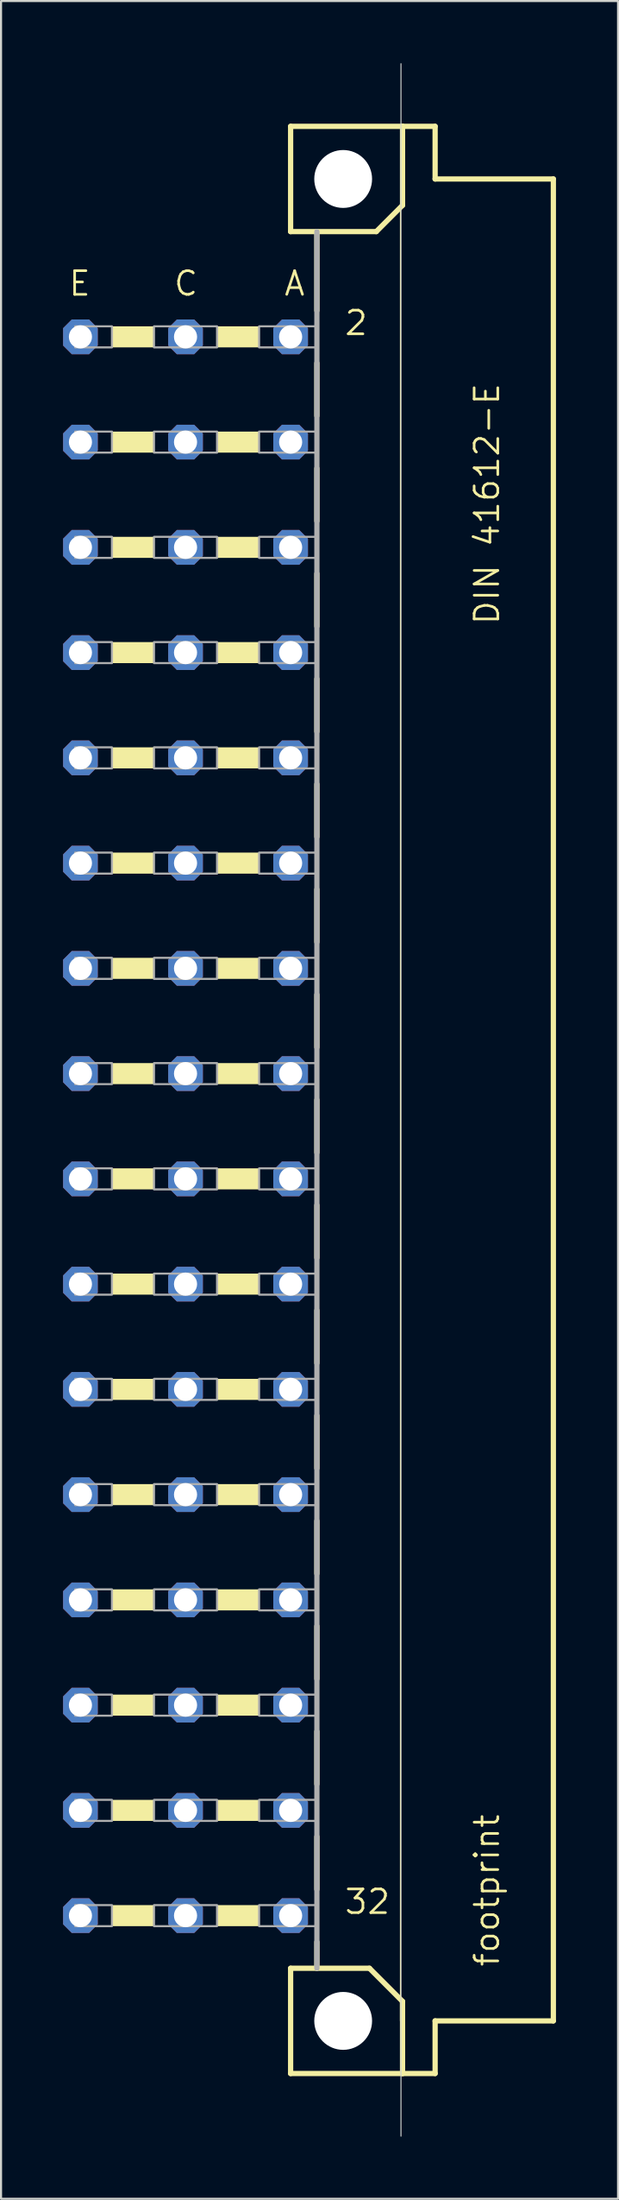
<source format=kicad_pcb>
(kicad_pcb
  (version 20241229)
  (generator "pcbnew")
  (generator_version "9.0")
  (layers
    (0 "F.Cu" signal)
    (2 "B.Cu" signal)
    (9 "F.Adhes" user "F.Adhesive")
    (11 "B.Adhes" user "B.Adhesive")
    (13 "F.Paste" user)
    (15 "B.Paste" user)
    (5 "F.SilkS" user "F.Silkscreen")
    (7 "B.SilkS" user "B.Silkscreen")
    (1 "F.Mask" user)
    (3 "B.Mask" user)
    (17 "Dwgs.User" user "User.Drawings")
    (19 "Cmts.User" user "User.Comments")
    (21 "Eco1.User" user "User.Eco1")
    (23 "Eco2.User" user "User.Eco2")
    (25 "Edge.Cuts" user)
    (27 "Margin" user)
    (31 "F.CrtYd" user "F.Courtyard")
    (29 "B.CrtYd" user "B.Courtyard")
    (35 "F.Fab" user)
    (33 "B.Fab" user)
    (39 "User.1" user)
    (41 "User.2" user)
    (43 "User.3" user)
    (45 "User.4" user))
  (footprint "footprint"
    (layer "F.Cu")
    (at 13.538 50.038)
    (property "Reference" "footprint" (at 7.62 41.91 90) (layer "F.SilkS") (effects (font (size 1.143 1.143) (thickness 0.127)) (justify left bottom)))
    (fp_line (start -2.54 -46.99) (end -2.54 -41.91) (stroke (width 0.254) (type solid)) (layer "F.SilkS"))
    (fp_line (start -2.54 -41.91) (end -1.27 -41.91) (stroke (width 0.254) (type solid)) (layer "F.SilkS"))
    (fp_line (start -2.54 41.91) (end -2.54 46.99) (stroke (width 0.254) (type solid)) (layer "F.SilkS"))
    (fp_line (start -2.54 41.91) (end -1.27 41.91) (stroke (width 0.254) (type solid)) (layer "F.SilkS"))
    (fp_line (start -2.54 46.99) (end 2.87 46.99) (stroke (width 0.254) (type solid)) (layer "F.SilkS"))
    (fp_line (start -1.27 -41.91) (end -1.27 -38.1) (stroke (width 0.254) (type solid)) (layer "F.SilkS"))
    (fp_line (start -1.27 -41.91) (end 1.6 -41.91) (stroke (width 0.254) (type solid)) (layer "F.SilkS"))
    (fp_line (start -1.27 -35.56) (end -1.27 -33.02) (stroke (width 0.254) (type solid)) (layer "F.SilkS"))
    (fp_line (start -1.27 -30.48) (end -1.27 -27.94) (stroke (width 0.254) (type solid)) (layer "F.SilkS"))
    (fp_line (start -1.27 -25.4) (end -1.27 -22.86) (stroke (width 0.254) (type solid)) (layer "F.SilkS"))
    (fp_line (start -1.27 -20.32) (end -1.27 -17.78) (stroke (width 0.254) (type solid)) (layer "F.SilkS"))
    (fp_line (start -1.27 -15.24) (end -1.27 -12.7) (stroke (width 0.254) (type solid)) (layer "F.SilkS"))
    (fp_line (start -1.27 -10.16) (end -1.27 -7.62) (stroke (width 0.254) (type solid)) (layer "F.SilkS"))
    (fp_line (start -1.27 -5.08) (end -1.27 -2.54) (stroke (width 0.254) (type solid)) (layer "F.SilkS"))
    (fp_line (start -1.27 0) (end -1.27 2.54) (stroke (width 0.254) (type solid)) (layer "F.SilkS"))
    (fp_line (start -1.27 5.08) (end -1.27 7.62) (stroke (width 0.254) (type solid)) (layer "F.SilkS"))
    (fp_line (start -1.27 10.16) (end -1.27 12.7) (stroke (width 0.254) (type solid)) (layer "F.SilkS"))
    (fp_line (start -1.27 15.24) (end -1.27 17.78) (stroke (width 0.254) (type solid)) (layer "F.SilkS"))
    (fp_line (start -1.27 20.32) (end -1.27 22.86) (stroke (width 0.254) (type solid)) (layer "F.SilkS"))
    (fp_line (start -1.27 25.4) (end -1.27 27.94) (stroke (width 0.254) (type solid)) (layer "F.SilkS"))
    (fp_line (start -1.27 30.48) (end -1.27 33.02) (stroke (width 0.254) (type solid)) (layer "F.SilkS"))
    (fp_line (start -1.27 35.56) (end -1.27 38.1) (stroke (width 0.254) (type solid)) (layer "F.SilkS"))
    (fp_line (start -1.27 40.64) (end -1.27 41.91) (stroke (width 0.254) (type solid)) (layer "F.SilkS"))
    (fp_line (start -1.27 41.91) (end 1.27 41.91) (stroke (width 0.254) (type solid)) (layer "F.SilkS"))
    (fp_line (start 1.6 -41.91) (end 2.87 -43.18) (stroke (width 0.254) (type solid)) (layer "F.SilkS"))
    (fp_line (start 2.769 -43.18) (end 2.769 44.45) (stroke (width 0.051) (type solid)) (layer "F.SilkS"))
    (fp_line (start 2.87 -46.99) (end -2.54 -46.99) (stroke (width 0.254) (type solid)) (layer "F.SilkS"))
    (fp_line (start 2.87 -43.18) (end 2.87 -46.99) (stroke (width 0.254) (type solid)) (layer "F.SilkS"))
    (fp_line (start 2.87 43.51) (end 1.27 41.91) (stroke (width 0.254) (type solid)) (layer "F.SilkS"))
    (fp_line (start 2.87 43.51) (end 2.87 46.99) (stroke (width 0.254) (type solid)) (layer "F.SilkS"))
    (fp_line (start 2.87 46.99) (end 4.445 46.99) (stroke (width 0.254) (type solid)) (layer "F.SilkS"))
    (fp_line (start 4.445 -46.99) (end 2.87 -46.99) (stroke (width 0.254) (type solid)) (layer "F.SilkS"))
    (fp_line (start 4.445 -44.45) (end 4.445 -46.99) (stroke (width 0.254) (type solid)) (layer "F.SilkS"))
    (fp_line (start 4.445 44.45) (end 10.16 44.45) (stroke (width 0.254) (type solid)) (layer "F.SilkS"))
    (fp_line (start 4.445 46.99) (end 4.445 44.45) (stroke (width 0.254) (type solid)) (layer "F.SilkS"))
    (fp_line (start 10.16 -44.45) (end 4.445 -44.45) (stroke (width 0.254) (type solid)) (layer "F.SilkS"))
    (fp_line (start 10.16 44.45) (end 10.16 -44.45) (stroke (width 0.254) (type solid)) (layer "F.SilkS"))
    (fp_poly (pts (xy -11.176 -36.322) (xy -9.144 -36.322) (xy -9.144 -37.338) (xy -11.176 -37.338)) (stroke (width 0) (type solid)) (fill yes) (layer "F.SilkS"))
    (fp_poly (pts (xy -11.176 -31.242) (xy -9.144 -31.242) (xy -9.144 -32.258) (xy -11.176 -32.258)) (stroke (width 0) (type solid)) (fill yes) (layer "F.SilkS"))
    (fp_poly (pts (xy -11.176 -26.162) (xy -9.144 -26.162) (xy -9.144 -27.178) (xy -11.176 -27.178)) (stroke (width 0) (type solid)) (fill yes) (layer "F.SilkS"))
    (fp_poly (pts (xy -11.176 -21.082) (xy -9.144 -21.082) (xy -9.144 -22.098) (xy -11.176 -22.098)) (stroke (width 0) (type solid)) (fill yes) (layer "F.SilkS"))
    (fp_poly (pts (xy -11.176 -16.002) (xy -9.144 -16.002) (xy -9.144 -17.018) (xy -11.176 -17.018)) (stroke (width 0) (type solid)) (fill yes) (layer "F.SilkS"))
    (fp_poly (pts (xy -11.176 -10.922) (xy -9.144 -10.922) (xy -9.144 -11.938) (xy -11.176 -11.938)) (stroke (width 0) (type solid)) (fill yes) (layer "F.SilkS"))
    (fp_poly (pts (xy -11.176 -5.842) (xy -9.144 -5.842) (xy -9.144 -6.858) (xy -11.176 -6.858)) (stroke (width 0) (type solid)) (fill yes) (layer "F.SilkS"))
    (fp_poly (pts (xy -11.176 -0.762) (xy -9.144 -0.762) (xy -9.144 -1.778) (xy -11.176 -1.778)) (stroke (width 0) (type solid)) (fill yes) (layer "F.SilkS"))
    (fp_poly (pts (xy -11.176 4.318) (xy -9.144 4.318) (xy -9.144 3.302) (xy -11.176 3.302)) (stroke (width 0) (type solid)) (fill yes) (layer "F.SilkS"))
    (fp_poly (pts (xy -11.176 9.398) (xy -9.144 9.398) (xy -9.144 8.382) (xy -11.176 8.382)) (stroke (width 0) (type solid)) (fill yes) (layer "F.SilkS"))
    (fp_poly (pts (xy -11.176 14.478) (xy -9.144 14.478) (xy -9.144 13.462) (xy -11.176 13.462)) (stroke (width 0) (type solid)) (fill yes) (layer "F.SilkS"))
    (fp_poly (pts (xy -11.176 19.558) (xy -9.144 19.558) (xy -9.144 18.542) (xy -11.176 18.542)) (stroke (width 0) (type solid)) (fill yes) (layer "F.SilkS"))
    (fp_poly (pts (xy -11.176 24.638) (xy -9.144 24.638) (xy -9.144 23.622) (xy -11.176 23.622)) (stroke (width 0) (type solid)) (fill yes) (layer "F.SilkS"))
    (fp_poly (pts (xy -11.176 29.718) (xy -9.144 29.718) (xy -9.144 28.702) (xy -11.176 28.702)) (stroke (width 0) (type solid)) (fill yes) (layer "F.SilkS"))
    (fp_poly (pts (xy -11.176 34.798) (xy -9.144 34.798) (xy -9.144 33.782) (xy -11.176 33.782)) (stroke (width 0) (type solid)) (fill yes) (layer "F.SilkS"))
    (fp_poly (pts (xy -11.176 39.878) (xy -9.144 39.878) (xy -9.144 38.862) (xy -11.176 38.862)) (stroke (width 0) (type solid)) (fill yes) (layer "F.SilkS"))
    (fp_poly (pts (xy -6.096 -36.322) (xy -4.064 -36.322) (xy -4.064 -37.338) (xy -6.096 -37.338)) (stroke (width 0) (type solid)) (fill yes) (layer "F.SilkS"))
    (fp_poly (pts (xy -6.096 -31.242) (xy -4.064 -31.242) (xy -4.064 -32.258) (xy -6.096 -32.258)) (stroke (width 0) (type solid)) (fill yes) (layer "F.SilkS"))
    (fp_poly (pts (xy -6.096 -26.162) (xy -4.064 -26.162) (xy -4.064 -27.178) (xy -6.096 -27.178)) (stroke (width 0) (type solid)) (fill yes) (layer "F.SilkS"))
    (fp_poly (pts (xy -6.096 -21.082) (xy -4.064 -21.082) (xy -4.064 -22.098) (xy -6.096 -22.098)) (stroke (width 0) (type solid)) (fill yes) (layer "F.SilkS"))
    (fp_poly (pts (xy -6.096 -16.002) (xy -4.064 -16.002) (xy -4.064 -17.018) (xy -6.096 -17.018)) (stroke (width 0) (type solid)) (fill yes) (layer "F.SilkS"))
    (fp_poly (pts (xy -6.096 -10.922) (xy -4.064 -10.922) (xy -4.064 -11.938) (xy -6.096 -11.938)) (stroke (width 0) (type solid)) (fill yes) (layer "F.SilkS"))
    (fp_poly (pts (xy -6.096 -5.842) (xy -4.064 -5.842) (xy -4.064 -6.858) (xy -6.096 -6.858)) (stroke (width 0) (type solid)) (fill yes) (layer "F.SilkS"))
    (fp_poly (pts (xy -6.096 -0.762) (xy -4.064 -0.762) (xy -4.064 -1.778) (xy -6.096 -1.778)) (stroke (width 0) (type solid)) (fill yes) (layer "F.SilkS"))
    (fp_poly (pts (xy -6.096 4.318) (xy -4.064 4.318) (xy -4.064 3.302) (xy -6.096 3.302)) (stroke (width 0) (type solid)) (fill yes) (layer "F.SilkS"))
    (fp_poly (pts (xy -6.096 9.398) (xy -4.064 9.398) (xy -4.064 8.382) (xy -6.096 8.382)) (stroke (width 0) (type solid)) (fill yes) (layer "F.SilkS"))
    (fp_poly (pts (xy -6.096 14.478) (xy -4.064 14.478) (xy -4.064 13.462) (xy -6.096 13.462)) (stroke (width 0) (type solid)) (fill yes) (layer "F.SilkS"))
    (fp_poly (pts (xy -6.096 19.558) (xy -4.064 19.558) (xy -4.064 18.542) (xy -6.096 18.542)) (stroke (width 0) (type solid)) (fill yes) (layer "F.SilkS"))
    (fp_poly (pts (xy -6.096 24.638) (xy -4.064 24.638) (xy -4.064 23.622) (xy -6.096 23.622)) (stroke (width 0) (type solid)) (fill yes) (layer "F.SilkS"))
    (fp_poly (pts (xy -6.096 29.718) (xy -4.064 29.718) (xy -4.064 28.702) (xy -6.096 28.702)) (stroke (width 0) (type solid)) (fill yes) (layer "F.SilkS"))
    (fp_poly (pts (xy -6.096 34.798) (xy -4.064 34.798) (xy -4.064 33.782) (xy -6.096 33.782)) (stroke (width 0) (type solid)) (fill yes) (layer "F.SilkS"))
    (fp_poly (pts (xy -6.096 39.878) (xy -4.064 39.878) (xy -4.064 38.862) (xy -6.096 38.862)) (stroke (width 0) (type solid)) (fill yes) (layer "F.SilkS"))
    (fp_line (start 2.794 50.013) (end 2.794 -50.013) (stroke (width 0.05) (type solid)) (layer "Edge.Cuts"))
    (fp_line (start -1.27 -41.91) (end -1.27 41.91) (stroke (width 0.254) (type solid)) (layer "F.Fab"))
    (fp_poly (pts (xy -12.954 -36.322) (xy -11.176 -36.322) (xy -11.176 -37.338) (xy -12.954 -37.338)) (stroke (width 0.1) (type solid)) (fill no) (layer "F.Fab"))
    (fp_poly (pts (xy -12.954 -31.242) (xy -11.176 -31.242) (xy -11.176 -32.258) (xy -12.954 -32.258)) (stroke (width 0.1) (type solid)) (fill no) (layer "F.Fab"))
    (fp_poly (pts (xy -12.954 -26.162) (xy -11.176 -26.162) (xy -11.176 -27.178) (xy -12.954 -27.178)) (stroke (width 0.1) (type solid)) (fill no) (layer "F.Fab"))
    (fp_poly (pts (xy -12.954 -21.082) (xy -11.176 -21.082) (xy -11.176 -22.098) (xy -12.954 -22.098)) (stroke (width 0.1) (type solid)) (fill no) (layer "F.Fab"))
    (fp_poly (pts (xy -12.954 -16.002) (xy -11.176 -16.002) (xy -11.176 -17.018) (xy -12.954 -17.018)) (stroke (width 0.1) (type solid)) (fill no) (layer "F.Fab"))
    (fp_poly (pts (xy -12.954 -10.922) (xy -11.176 -10.922) (xy -11.176 -11.938) (xy -12.954 -11.938)) (stroke (width 0.1) (type solid)) (fill no) (layer "F.Fab"))
    (fp_poly (pts (xy -12.954 -5.842) (xy -11.176 -5.842) (xy -11.176 -6.858) (xy -12.954 -6.858)) (stroke (width 0.1) (type solid)) (fill no) (layer "F.Fab"))
    (fp_poly (pts (xy -12.954 -0.762) (xy -11.176 -0.762) (xy -11.176 -1.778) (xy -12.954 -1.778)) (stroke (width 0.1) (type solid)) (fill no) (layer "F.Fab"))
    (fp_poly (pts (xy -12.954 4.318) (xy -11.176 4.318) (xy -11.176 3.302) (xy -12.954 3.302)) (stroke (width 0.1) (type solid)) (fill no) (layer "F.Fab"))
    (fp_poly (pts (xy -12.954 9.398) (xy -11.176 9.398) (xy -11.176 8.382) (xy -12.954 8.382)) (stroke (width 0.1) (type solid)) (fill no) (layer "F.Fab"))
    (fp_poly (pts (xy -12.954 14.478) (xy -11.176 14.478) (xy -11.176 13.462) (xy -12.954 13.462)) (stroke (width 0.1) (type solid)) (fill no) (layer "F.Fab"))
    (fp_poly (pts (xy -12.954 19.558) (xy -11.176 19.558) (xy -11.176 18.542) (xy -12.954 18.542)) (stroke (width 0.1) (type solid)) (fill no) (layer "F.Fab"))
    (fp_poly (pts (xy -12.954 24.638) (xy -11.176 24.638) (xy -11.176 23.622) (xy -12.954 23.622)) (stroke (width 0.1) (type solid)) (fill no) (layer "F.Fab"))
    (fp_poly (pts (xy -12.954 29.718) (xy -11.176 29.718) (xy -11.176 28.702) (xy -12.954 28.702)) (stroke (width 0.1) (type solid)) (fill no) (layer "F.Fab"))
    (fp_poly (pts (xy -12.954 34.798) (xy -11.176 34.798) (xy -11.176 33.782) (xy -12.954 33.782)) (stroke (width 0.1) (type solid)) (fill no) (layer "F.Fab"))
    (fp_poly (pts (xy -12.954 39.878) (xy -11.176 39.878) (xy -11.176 38.862) (xy -12.954 38.862)) (stroke (width 0.1) (type solid)) (fill no) (layer "F.Fab"))
    (fp_poly (pts (xy -9.144 -36.322) (xy -6.096 -36.322) (xy -6.096 -37.338) (xy -9.144 -37.338)) (stroke (width 0.1) (type solid)) (fill no) (layer "F.Fab"))
    (fp_poly (pts (xy -9.144 -31.242) (xy -6.096 -31.242) (xy -6.096 -32.258) (xy -9.144 -32.258)) (stroke (width 0.1) (type solid)) (fill no) (layer "F.Fab"))
    (fp_poly (pts (xy -9.144 -26.162) (xy -6.096 -26.162) (xy -6.096 -27.178) (xy -9.144 -27.178)) (stroke (width 0.1) (type solid)) (fill no) (layer "F.Fab"))
    (fp_poly (pts (xy -9.144 -21.082) (xy -6.096 -21.082) (xy -6.096 -22.098) (xy -9.144 -22.098)) (stroke (width 0.1) (type solid)) (fill no) (layer "F.Fab"))
    (fp_poly (pts (xy -9.144 -16.002) (xy -6.096 -16.002) (xy -6.096 -17.018) (xy -9.144 -17.018)) (stroke (width 0.1) (type solid)) (fill no) (layer "F.Fab"))
    (fp_poly (pts (xy -9.144 -10.922) (xy -6.096 -10.922) (xy -6.096 -11.938) (xy -9.144 -11.938)) (stroke (width 0.1) (type solid)) (fill no) (layer "F.Fab"))
    (fp_poly (pts (xy -9.144 -5.842) (xy -6.096 -5.842) (xy -6.096 -6.858) (xy -9.144 -6.858)) (stroke (width 0.1) (type solid)) (fill no) (layer "F.Fab"))
    (fp_poly (pts (xy -9.144 -0.762) (xy -6.096 -0.762) (xy -6.096 -1.778) (xy -9.144 -1.778)) (stroke (width 0.1) (type solid)) (fill no) (layer "F.Fab"))
    (fp_poly (pts (xy -9.144 4.318) (xy -6.096 4.318) (xy -6.096 3.302) (xy -9.144 3.302)) (stroke (width 0.1) (type solid)) (fill no) (layer "F.Fab"))
    (fp_poly (pts (xy -9.144 9.398) (xy -6.096 9.398) (xy -6.096 8.382) (xy -9.144 8.382)) (stroke (width 0.1) (type solid)) (fill no) (layer "F.Fab"))
    (fp_poly (pts (xy -9.144 14.478) (xy -6.096 14.478) (xy -6.096 13.462) (xy -9.144 13.462)) (stroke (width 0.1) (type solid)) (fill no) (layer "F.Fab"))
    (fp_poly (pts (xy -9.144 19.558) (xy -6.096 19.558) (xy -6.096 18.542) (xy -9.144 18.542)) (stroke (width 0.1) (type solid)) (fill no) (layer "F.Fab"))
    (fp_poly (pts (xy -9.144 24.638) (xy -6.096 24.638) (xy -6.096 23.622) (xy -9.144 23.622)) (stroke (width 0.1) (type solid)) (fill no) (layer "F.Fab"))
    (fp_poly (pts (xy -9.144 29.718) (xy -6.096 29.718) (xy -6.096 28.702) (xy -9.144 28.702)) (stroke (width 0.1) (type solid)) (fill no) (layer "F.Fab"))
    (fp_poly (pts (xy -9.144 34.798) (xy -6.096 34.798) (xy -6.096 33.782) (xy -9.144 33.782)) (stroke (width 0.1) (type solid)) (fill no) (layer "F.Fab"))
    (fp_poly (pts (xy -9.144 39.878) (xy -6.096 39.878) (xy -6.096 38.862) (xy -9.144 38.862)) (stroke (width 0.1) (type solid)) (fill no) (layer "F.Fab"))
    (fp_poly (pts (xy -4.064 -36.322) (xy -1.27 -36.322) (xy -1.27 -37.338) (xy -4.064 -37.338)) (stroke (width 0.1) (type solid)) (fill no) (layer "F.Fab"))
    (fp_poly (pts (xy -4.064 -31.242) (xy -1.27 -31.242) (xy -1.27 -32.258) (xy -4.064 -32.258)) (stroke (width 0.1) (type solid)) (fill no) (layer "F.Fab"))
    (fp_poly (pts (xy -4.064 -26.162) (xy -1.27 -26.162) (xy -1.27 -27.178) (xy -4.064 -27.178)) (stroke (width 0.1) (type solid)) (fill no) (layer "F.Fab"))
    (fp_poly (pts (xy -4.064 -21.082) (xy -1.27 -21.082) (xy -1.27 -22.098) (xy -4.064 -22.098)) (stroke (width 0.1) (type solid)) (fill no) (layer "F.Fab"))
    (fp_poly (pts (xy -4.064 -16.002) (xy -1.27 -16.002) (xy -1.27 -17.018) (xy -4.064 -17.018)) (stroke (width 0.1) (type solid)) (fill no) (layer "F.Fab"))
    (fp_poly (pts (xy -4.064 -10.922) (xy -1.27 -10.922) (xy -1.27 -11.938) (xy -4.064 -11.938)) (stroke (width 0.1) (type solid)) (fill no) (layer "F.Fab"))
    (fp_poly (pts (xy -4.064 -5.842) (xy -1.27 -5.842) (xy -1.27 -6.858) (xy -4.064 -6.858)) (stroke (width 0.1) (type solid)) (fill no) (layer "F.Fab"))
    (fp_poly (pts (xy -4.064 -0.762) (xy -1.27 -0.762) (xy -1.27 -1.778) (xy -4.064 -1.778)) (stroke (width 0.1) (type solid)) (fill no) (layer "F.Fab"))
    (fp_poly (pts (xy -4.064 4.318) (xy -1.27 4.318) (xy -1.27 3.302) (xy -4.064 3.302)) (stroke (width 0.1) (type solid)) (fill no) (layer "F.Fab"))
    (fp_poly (pts (xy -4.064 9.398) (xy -1.27 9.398) (xy -1.27 8.382) (xy -4.064 8.382)) (stroke (width 0.1) (type solid)) (fill no) (layer "F.Fab"))
    (fp_poly (pts (xy -4.064 14.478) (xy -1.27 14.478) (xy -1.27 13.462) (xy -4.064 13.462)) (stroke (width 0.1) (type solid)) (fill no) (layer "F.Fab"))
    (fp_poly (pts (xy -4.064 19.558) (xy -1.27 19.558) (xy -1.27 18.542) (xy -4.064 18.542)) (stroke (width 0.1) (type solid)) (fill no) (layer "F.Fab"))
    (fp_poly (pts (xy -4.064 24.638) (xy -1.27 24.638) (xy -1.27 23.622) (xy -4.064 23.622)) (stroke (width 0.1) (type solid)) (fill no) (layer "F.Fab"))
    (fp_poly (pts (xy -4.064 29.718) (xy -1.27 29.718) (xy -1.27 28.702) (xy -4.064 28.702)) (stroke (width 0.1) (type solid)) (fill no) (layer "F.Fab"))
    (fp_poly (pts (xy -4.064 34.798) (xy -1.27 34.798) (xy -1.27 33.782) (xy -4.064 33.782)) (stroke (width 0.1) (type solid)) (fill no) (layer "F.Fab"))
    (fp_poly (pts (xy -4.064 39.878) (xy -1.27 39.878) (xy -1.27 38.862) (xy -4.064 38.862)) (stroke (width 0.1) (type solid)) (fill no) (layer "F.Fab"))
    (fp_text user "C" (at -8.255 -38.735 0) (layer "F.SilkS") (effects (font (size 1.143 1.143) (thickness 0.127)) (justify left bottom)))
    (fp_text user "E" (at -13.335 -38.735 0) (layer "F.SilkS") (effects (font (size 1.143 1.143) (thickness 0.127)) (justify left bottom)))
    (fp_text user "32" (at 0 39.37 0) (layer "F.SilkS") (effects (font (size 1.143 1.143) (thickness 0.127)) (justify left bottom)))
    (fp_text user "2" (at 0 -36.83 0) (layer "F.SilkS") (effects (font (size 1.143 1.143) (thickness 0.127)) (justify left bottom)))
    (fp_text user "DIN 41612-E" (at 7.62 -22.86 90) (layer "F.SilkS") (effects (font (size 1.143 1.143) (thickness 0.127)) (justify left bottom)))
    (fp_text user "A" (at -2.921 -38.735 0) (layer "F.SilkS") (effects (font (size 1.143 1.143) (thickness 0.127)) (justify left bottom)))
    (pad "" np_thru_hole circle (at 0 -44.45) (size 2.794 2.794) (drill 2.794) (layers "*.Cu" "*.Mask"))
    (pad "" np_thru_hole circle (at 0 44.45) (size 2.794 2.794) (drill 2.794) (layers "*.Cu" "*.Mask"))
    (pad "A2" thru_hole roundrect (at -2.54 -36.83) (size 1.676 1.676) (drill 1.118) (layers "*.Cu" "*.Mask") (roundrect_rratio 0.25) (chamfer_ratio 0.25) (chamfer top_left top_right bottom_left bottom_right))
    (pad "A4" thru_hole roundrect (at -2.54 -31.75) (size 1.676 1.676) (drill 1.118) (layers "*.Cu" "*.Mask") (roundrect_rratio 0.25) (chamfer_ratio 0.25) (chamfer top_left top_right bottom_left bottom_right))
    (pad "A6" thru_hole roundrect (at -2.54 -26.67) (size 1.676 1.676) (drill 1.118) (layers "*.Cu" "*.Mask") (roundrect_rratio 0.25) (chamfer_ratio 0.25) (chamfer top_left top_right bottom_left bottom_right))
    (pad "A8" thru_hole roundrect (at -2.54 -21.59) (size 1.676 1.676) (drill 1.118) (layers "*.Cu" "*.Mask") (roundrect_rratio 0.25) (chamfer_ratio 0.25) (chamfer top_left top_right bottom_left bottom_right))
    (pad "A10" thru_hole roundrect (at -2.54 -16.51) (size 1.676 1.676) (drill 1.118) (layers "*.Cu" "*.Mask") (roundrect_rratio 0.25) (chamfer_ratio 0.25) (chamfer top_left top_right bottom_left bottom_right))
    (pad "A12" thru_hole roundrect (at -2.54 -11.43) (size 1.676 1.676) (drill 1.118) (layers "*.Cu" "*.Mask") (roundrect_rratio 0.25) (chamfer_ratio 0.25) (chamfer top_left top_right bottom_left bottom_right))
    (pad "A14" thru_hole roundrect (at -2.54 -6.35) (size 1.676 1.676) (drill 1.118) (layers "*.Cu" "*.Mask") (roundrect_rratio 0.25) (chamfer_ratio 0.25) (chamfer top_left top_right bottom_left bottom_right))
    (pad "A16" thru_hole roundrect (at -2.54 -1.27) (size 1.676 1.676) (drill 1.118) (layers "*.Cu" "*.Mask") (roundrect_rratio 0.25) (chamfer_ratio 0.25) (chamfer top_left top_right bottom_left bottom_right))
    (pad "A18" thru_hole roundrect (at -2.54 3.81) (size 1.676 1.676) (drill 1.118) (layers "*.Cu" "*.Mask") (roundrect_rratio 0.25) (chamfer_ratio 0.25) (chamfer top_left top_right bottom_left bottom_right))
    (pad "A20" thru_hole roundrect (at -2.54 8.89) (size 1.676 1.676) (drill 1.118) (layers "*.Cu" "*.Mask") (roundrect_rratio 0.25) (chamfer_ratio 0.25) (chamfer top_left top_right bottom_left bottom_right))
    (pad "A22" thru_hole roundrect (at -2.54 13.97) (size 1.676 1.676) (drill 1.118) (layers "*.Cu" "*.Mask") (roundrect_rratio 0.25) (chamfer_ratio 0.25) (chamfer top_left top_right bottom_left bottom_right))
    (pad "A24" thru_hole roundrect (at -2.54 19.05) (size 1.676 1.676) (drill 1.118) (layers "*.Cu" "*.Mask") (roundrect_rratio 0.25) (chamfer_ratio 0.25) (chamfer top_left top_right bottom_left bottom_right))
    (pad "A26" thru_hole roundrect (at -2.54 24.13) (size 1.676 1.676) (drill 1.118) (layers "*.Cu" "*.Mask") (roundrect_rratio 0.25) (chamfer_ratio 0.25) (chamfer top_left top_right bottom_left bottom_right))
    (pad "A28" thru_hole roundrect (at -2.54 29.21) (size 1.676 1.676) (drill 1.118) (layers "*.Cu" "*.Mask") (roundrect_rratio 0.25) (chamfer_ratio 0.25) (chamfer top_left top_right bottom_left bottom_right))
    (pad "A30" thru_hole roundrect (at -2.54 34.29) (size 1.676 1.676) (drill 1.118) (layers "*.Cu" "*.Mask") (roundrect_rratio 0.25) (chamfer_ratio 0.25) (chamfer top_left top_right bottom_left bottom_right))
    (pad "A32" thru_hole roundrect (at -2.54 39.37) (size 1.676 1.676) (drill 1.118) (layers "*.Cu" "*.Mask") (roundrect_rratio 0.25) (chamfer_ratio 0.25) (chamfer top_left top_right bottom_left bottom_right))
    (pad "C2" thru_hole roundrect (at -7.62 -36.83) (size 1.676 1.676) (drill 1.118) (layers "*.Cu" "*.Mask") (roundrect_rratio 0.25) (chamfer_ratio 0.25) (chamfer top_left top_right bottom_left bottom_right))
    (pad "C4" thru_hole roundrect (at -7.62 -31.75) (size 1.676 1.676) (drill 1.118) (layers "*.Cu" "*.Mask") (roundrect_rratio 0.25) (chamfer_ratio 0.25) (chamfer top_left top_right bottom_left bottom_right))
    (pad "C6" thru_hole roundrect (at -7.62 -26.67) (size 1.676 1.676) (drill 1.118) (layers "*.Cu" "*.Mask") (roundrect_rratio 0.25) (chamfer_ratio 0.25) (chamfer top_left top_right bottom_left bottom_right))
    (pad "C8" thru_hole roundrect (at -7.62 -21.59) (size 1.676 1.676) (drill 1.118) (layers "*.Cu" "*.Mask") (roundrect_rratio 0.25) (chamfer_ratio 0.25) (chamfer top_left top_right bottom_left bottom_right))
    (pad "C10" thru_hole roundrect (at -7.62 -16.51) (size 1.676 1.676) (drill 1.118) (layers "*.Cu" "*.Mask") (roundrect_rratio 0.25) (chamfer_ratio 0.25) (chamfer top_left top_right bottom_left bottom_right))
    (pad "C12" thru_hole roundrect (at -7.62 -11.43) (size 1.676 1.676) (drill 1.118) (layers "*.Cu" "*.Mask") (roundrect_rratio 0.25) (chamfer_ratio 0.25) (chamfer top_left top_right bottom_left bottom_right))
    (pad "C14" thru_hole roundrect (at -7.62 -6.35) (size 1.676 1.676) (drill 1.118) (layers "*.Cu" "*.Mask") (roundrect_rratio 0.25) (chamfer_ratio 0.25) (chamfer top_left top_right bottom_left bottom_right))
    (pad "C16" thru_hole roundrect (at -7.62 -1.27) (size 1.676 1.676) (drill 1.118) (layers "*.Cu" "*.Mask") (roundrect_rratio 0.25) (chamfer_ratio 0.25) (chamfer top_left top_right bottom_left bottom_right))
    (pad "C18" thru_hole roundrect (at -7.62 3.81) (size 1.676 1.676) (drill 1.118) (layers "*.Cu" "*.Mask") (roundrect_rratio 0.25) (chamfer_ratio 0.25) (chamfer top_left top_right bottom_left bottom_right))
    (pad "C20" thru_hole roundrect (at -7.62 8.89) (size 1.676 1.676) (drill 1.118) (layers "*.Cu" "*.Mask") (roundrect_rratio 0.25) (chamfer_ratio 0.25) (chamfer top_left top_right bottom_left bottom_right))
    (pad "C22" thru_hole roundrect (at -7.62 13.97) (size 1.676 1.676) (drill 1.118) (layers "*.Cu" "*.Mask") (roundrect_rratio 0.25) (chamfer_ratio 0.25) (chamfer top_left top_right bottom_left bottom_right))
    (pad "C24" thru_hole roundrect (at -7.62 19.05) (size 1.676 1.676) (drill 1.118) (layers "*.Cu" "*.Mask") (roundrect_rratio 0.25) (chamfer_ratio 0.25) (chamfer top_left top_right bottom_left bottom_right))
    (pad "C26" thru_hole roundrect (at -7.62 24.13) (size 1.676 1.676) (drill 1.118) (layers "*.Cu" "*.Mask") (roundrect_rratio 0.25) (chamfer_ratio 0.25) (chamfer top_left top_right bottom_left bottom_right))
    (pad "C28" thru_hole roundrect (at -7.62 29.21) (size 1.676 1.676) (drill 1.118) (layers "*.Cu" "*.Mask") (roundrect_rratio 0.25) (chamfer_ratio 0.25) (chamfer top_left top_right bottom_left bottom_right))
    (pad "C30" thru_hole roundrect (at -7.62 34.29) (size 1.676 1.676) (drill 1.118) (layers "*.Cu" "*.Mask") (roundrect_rratio 0.25) (chamfer_ratio 0.25) (chamfer top_left top_right bottom_left bottom_right))
    (pad "C32" thru_hole roundrect (at -7.62 39.37) (size 1.676 1.676) (drill 1.118) (layers "*.Cu" "*.Mask") (roundrect_rratio 0.25) (chamfer_ratio 0.25) (chamfer top_left top_right bottom_left bottom_right))
    (pad "E2" thru_hole roundrect (at -12.7 -36.83) (size 1.676 1.676) (drill 1.118) (layers "*.Cu" "*.Mask") (roundrect_rratio 0.25) (chamfer_ratio 0.25) (chamfer top_left top_right bottom_left bottom_right))
    (pad "E4" thru_hole roundrect (at -12.7 -31.75) (size 1.676 1.676) (drill 1.118) (layers "*.Cu" "*.Mask") (roundrect_rratio 0.25) (chamfer_ratio 0.25) (chamfer top_left top_right bottom_left bottom_right))
    (pad "E6" thru_hole roundrect (at -12.7 -26.67) (size 1.676 1.676) (drill 1.118) (layers "*.Cu" "*.Mask") (roundrect_rratio 0.25) (chamfer_ratio 0.25) (chamfer top_left top_right bottom_left bottom_right))
    (pad "E8" thru_hole roundrect (at -12.7 -21.59) (size 1.676 1.676) (drill 1.118) (layers "*.Cu" "*.Mask") (roundrect_rratio 0.25) (chamfer_ratio 0.25) (chamfer top_left top_right bottom_left bottom_right))
    (pad "E10" thru_hole roundrect (at -12.7 -16.51) (size 1.676 1.676) (drill 1.118) (layers "*.Cu" "*.Mask") (roundrect_rratio 0.25) (chamfer_ratio 0.25) (chamfer top_left top_right bottom_left bottom_right))
    (pad "E12" thru_hole roundrect (at -12.7 -11.43) (size 1.676 1.676) (drill 1.118) (layers "*.Cu" "*.Mask") (roundrect_rratio 0.25) (chamfer_ratio 0.25) (chamfer top_left top_right bottom_left bottom_right))
    (pad "E14" thru_hole roundrect (at -12.7 -6.35) (size 1.676 1.676) (drill 1.118) (layers "*.Cu" "*.Mask") (roundrect_rratio 0.25) (chamfer_ratio 0.25) (chamfer top_left top_right bottom_left bottom_right))
    (pad "E16" thru_hole roundrect (at -12.7 -1.27) (size 1.676 1.676) (drill 1.118) (layers "*.Cu" "*.Mask") (roundrect_rratio 0.25) (chamfer_ratio 0.25) (chamfer top_left top_right bottom_left bottom_right))
    (pad "E18" thru_hole roundrect (at -12.7 3.81) (size 1.676 1.676) (drill 1.118) (layers "*.Cu" "*.Mask") (roundrect_rratio 0.25) (chamfer_ratio 0.25) (chamfer top_left top_right bottom_left bottom_right))
    (pad "E20" thru_hole roundrect (at -12.7 8.89) (size 1.676 1.676) (drill 1.118) (layers "*.Cu" "*.Mask") (roundrect_rratio 0.25) (chamfer_ratio 0.25) (chamfer top_left top_right bottom_left bottom_right))
    (pad "E22" thru_hole roundrect (at -12.7 13.97) (size 1.676 1.676) (drill 1.118) (layers "*.Cu" "*.Mask") (roundrect_rratio 0.25) (chamfer_ratio 0.25) (chamfer top_left top_right bottom_left bottom_right))
    (pad "E24" thru_hole roundrect (at -12.7 19.05) (size 1.676 1.676) (drill 1.118) (layers "*.Cu" "*.Mask") (roundrect_rratio 0.25) (chamfer_ratio 0.25) (chamfer top_left top_right bottom_left bottom_right))
    (pad "E26" thru_hole roundrect (at -12.7 24.13) (size 1.676 1.676) (drill 1.118) (layers "*.Cu" "*.Mask") (roundrect_rratio 0.25) (chamfer_ratio 0.25) (chamfer top_left top_right bottom_left bottom_right))
    (pad "E28" thru_hole roundrect (at -12.7 29.21) (size 1.676 1.676) (drill 1.118) (layers "*.Cu" "*.Mask") (roundrect_rratio 0.25) (chamfer_ratio 0.25) (chamfer top_left top_right bottom_left bottom_right))
    (pad "E30" thru_hole roundrect (at -12.7 34.29) (size 1.676 1.676) (drill 1.118) (layers "*.Cu" "*.Mask") (roundrect_rratio 0.25) (chamfer_ratio 0.25) (chamfer top_left top_right bottom_left bottom_right))
    (pad "E32" thru_hole roundrect (at -12.7 39.37) (size 1.676 1.676) (drill 1.118) (layers "*.Cu" "*.Mask") (roundrect_rratio 0.25) (chamfer_ratio 0.25) (chamfer top_left top_right bottom_left bottom_right))
    (zone (net_name "") (layers "F.Cu" "B.Cu") (hatch edge 0.508) (connect_pads) (min_thickness 0.254) (filled_areas_thickness no) (keepout (tracks allowed) (vias not_allowed) (pads allowed) (copperpour allowed) (footprints allowed)) (placement (enabled no)) (fill) (polygon (pts (xy 16.713 5.588) (xy 16.665 5.036) (xy 16.522 4.502) (xy 16.288 4) (xy 15.97 3.547) (xy 15.579 3.155) (xy 15.126 2.838) (xy 14.624 2.604) (xy 14.09 2.461) (xy 13.538 2.413) (xy 12.987 2.461) (xy 12.452 2.604) (xy 11.951 2.838) (xy 11.497 3.155) (xy 11.106 3.547) (xy 10.789 4) (xy 10.555 4.502) (xy 10.411 5.036) (xy 10.363 5.588) (xy 10.411 6.139) (xy 10.555 6.674) (xy 10.789 7.175) (xy 11.106 7.628) (xy 11.497 8.02) (xy 11.951 8.337) (xy 12.452 8.571) (xy 12.987 8.714) (xy 13.538 8.763) (xy 14.09 8.714) (xy 14.624 8.571) (xy 15.126 8.337) (xy 15.579 8.02) (xy 15.97 7.628) (xy 16.288 7.175) (xy 16.522 6.674) (xy 16.665 6.139))) (polygon (pts (xy 14.935 5.588) (xy 14.914 5.345) (xy 14.851 5.11) (xy 14.748 4.889) (xy 14.608 4.69) (xy 14.436 4.517) (xy 14.237 4.378) (xy 14.016 4.275) (xy 13.781 4.212) (xy 13.538 4.191) (xy 13.296 4.212) (xy 13.06 4.275) (xy 12.84 4.378) (xy 12.64 4.517) (xy 12.468 4.69) (xy 12.328 4.889) (xy 12.225 5.11) (xy 12.162 5.345) (xy 12.141 5.588) (xy 12.162 5.83) (xy 12.225 6.065) (xy 12.328 6.286) (xy 12.468 6.486) (xy 12.64 6.658) (xy 12.84 6.797) (xy 13.06 6.9) (xy 13.296 6.963) (xy 13.538 6.985) (xy 13.781 6.963) (xy 14.016 6.9) (xy 14.237 6.797) (xy 14.436 6.658) (xy 14.608 6.486) (xy 14.748 6.286) (xy 14.851 6.065) (xy 14.914 5.83))))
    (zone (net_name "") (layers "F.Cu" "B.Cu") (hatch edge 0.508) (connect_pads) (min_thickness 0.254) (filled_areas_thickness no) (keepout (tracks allowed) (vias not_allowed) (pads allowed) (copperpour allowed) (footprints allowed)) (placement (enabled no)) (fill) (polygon (pts (xy 16.713 94.488) (xy 16.665 93.936) (xy 16.522 93.402) (xy 16.288 92.9) (xy 15.97 92.447) (xy 15.579 92.055) (xy 15.126 91.738) (xy 14.624 91.504) (xy 14.09 91.361) (xy 13.538 91.313) (xy 12.987 91.361) (xy 12.452 91.504) (xy 11.951 91.738) (xy 11.497 92.055) (xy 11.106 92.447) (xy 10.789 92.9) (xy 10.555 93.402) (xy 10.411 93.936) (xy 10.363 94.488) (xy 10.411 95.039) (xy 10.555 95.574) (xy 10.789 96.075) (xy 11.106 96.528) (xy 11.497 96.92) (xy 11.951 97.237) (xy 12.452 97.471) (xy 12.987 97.614) (xy 13.538 97.663) (xy 14.09 97.614) (xy 14.624 97.471) (xy 15.126 97.237) (xy 15.579 96.92) (xy 15.97 96.528) (xy 16.288 96.075) (xy 16.522 95.574) (xy 16.665 95.039))) (polygon (pts (xy 14.935 94.488) (xy 14.914 94.245) (xy 14.851 94.01) (xy 14.748 93.789) (xy 14.608 93.59) (xy 14.436 93.417) (xy 14.237 93.278) (xy 14.016 93.175) (xy 13.781 93.112) (xy 13.538 93.091) (xy 13.296 93.112) (xy 13.06 93.175) (xy 12.84 93.278) (xy 12.64 93.417) (xy 12.468 93.59) (xy 12.328 93.789) (xy 12.225 94.01) (xy 12.162 94.245) (xy 12.141 94.488) (xy 12.162 94.73) (xy 12.225 94.965) (xy 12.328 95.186) (xy 12.468 95.386) (xy 12.64 95.558) (xy 12.84 95.697) (xy 13.06 95.8) (xy 13.296 95.863) (xy 13.538 95.885) (xy 13.781 95.863) (xy 14.016 95.8) (xy 14.237 95.697) (xy 14.436 95.558) (xy 14.608 95.386) (xy 14.748 95.186) (xy 14.851 94.965) (xy 14.914 94.73))))
    (zone (net_name "") (layer "B.Cu") (hatch edge 0.508) (connect_pads) (min_thickness 0.254) (filled_areas_thickness no) (keepout (tracks not_allowed) (vias not_allowed) (pads not_allowed) (copperpour not_allowed) (footprints allowed)) (placement (enabled no)) (fill) (polygon (pts (xy 16.713 5.588) (xy 16.665 5.036) (xy 16.522 4.502) (xy 16.288 4) (xy 15.97 3.547) (xy 15.579 3.155) (xy 15.126 2.838) (xy 14.624 2.604) (xy 14.09 2.461) (xy 13.538 2.413) (xy 12.987 2.461) (xy 12.452 2.604) (xy 11.951 2.838) (xy 11.497 3.155) (xy 11.106 3.547) (xy 10.789 4) (xy 10.555 4.502) (xy 10.411 5.036) (xy 10.363 5.588) (xy 10.411 6.139) (xy 10.555 6.674) (xy 10.789 7.175) (xy 11.106 7.628) (xy 11.497 8.02) (xy 11.951 8.337) (xy 12.452 8.571) (xy 12.987 8.714) (xy 13.538 8.763) (xy 14.09 8.714) (xy 14.624 8.571) (xy 15.126 8.337) (xy 15.579 8.02) (xy 15.97 7.628) (xy 16.288 7.175) (xy 16.522 6.674) (xy 16.665 6.139))) (polygon (pts (xy 14.935 5.588) (xy 14.914 5.345) (xy 14.851 5.11) (xy 14.748 4.889) (xy 14.608 4.69) (xy 14.436 4.517) (xy 14.237 4.378) (xy 14.016 4.275) (xy 13.781 4.212) (xy 13.538 4.191) (xy 13.296 4.212) (xy 13.06 4.275) (xy 12.84 4.378) (xy 12.64 4.517) (xy 12.468 4.69) (xy 12.328 4.889) (xy 12.225 5.11) (xy 12.162 5.345) (xy 12.141 5.588) (xy 12.162 5.83) (xy 12.225 6.065) (xy 12.328 6.286) (xy 12.468 6.486) (xy 12.64 6.658) (xy 12.84 6.797) (xy 13.06 6.9) (xy 13.296 6.963) (xy 13.538 6.985) (xy 13.781 6.963) (xy 14.016 6.9) (xy 14.237 6.797) (xy 14.436 6.658) (xy 14.608 6.486) (xy 14.748 6.286) (xy 14.851 6.065) (xy 14.914 5.83))))
    (zone (net_name "") (layer "B.Cu") (hatch edge 0.508) (connect_pads) (min_thickness 0.254) (filled_areas_thickness no) (keepout (tracks not_allowed) (vias not_allowed) (pads not_allowed) (copperpour not_allowed) (footprints allowed)) (placement (enabled no)) (fill) (polygon (pts (xy 16.713 94.488) (xy 16.665 93.936) (xy 16.522 93.402) (xy 16.288 92.9) (xy 15.97 92.447) (xy 15.579 92.055) (xy 15.126 91.738) (xy 14.624 91.504) (xy 14.09 91.361) (xy 13.538 91.313) (xy 12.987 91.361) (xy 12.452 91.504) (xy 11.951 91.738) (xy 11.497 92.055) (xy 11.106 92.447) (xy 10.789 92.9) (xy 10.555 93.402) (xy 10.411 93.936) (xy 10.363 94.488) (xy 10.411 95.039) (xy 10.555 95.574) (xy 10.789 96.075) (xy 11.106 96.528) (xy 11.497 96.92) (xy 11.951 97.237) (xy 12.452 97.471) (xy 12.987 97.614) (xy 13.538 97.663) (xy 14.09 97.614) (xy 14.624 97.471) (xy 15.126 97.237) (xy 15.579 96.92) (xy 15.97 96.528) (xy 16.288 96.075) (xy 16.522 95.574) (xy 16.665 95.039))) (polygon (pts (xy 14.935 94.488) (xy 14.914 94.245) (xy 14.851 94.01) (xy 14.748 93.789) (xy 14.608 93.59) (xy 14.436 93.417) (xy 14.237 93.278) (xy 14.016 93.175) (xy 13.781 93.112) (xy 13.538 93.091) (xy 13.296 93.112) (xy 13.06 93.175) (xy 12.84 93.278) (xy 12.64 93.417) (xy 12.468 93.59) (xy 12.328 93.789) (xy 12.225 94.01) (xy 12.162 94.245) (xy 12.141 94.488) (xy 12.162 94.73) (xy 12.225 94.965) (xy 12.328 95.186) (xy 12.468 95.386) (xy 12.64 95.558) (xy 12.84 95.697) (xy 13.06 95.8) (xy 13.296 95.863) (xy 13.538 95.885) (xy 13.781 95.863) (xy 14.016 95.8) (xy 14.237 95.697) (xy 14.436 95.558) (xy 14.608 95.386) (xy 14.748 95.186) (xy 14.851 94.965) (xy 14.914 94.73)))))
  (gr_rect
    (start -3 -3)
    (end 26.825 103.075)
    (stroke (width 0.1) (type default))
    (fill no)
    (layer "Edge.Cuts")))
</source>
